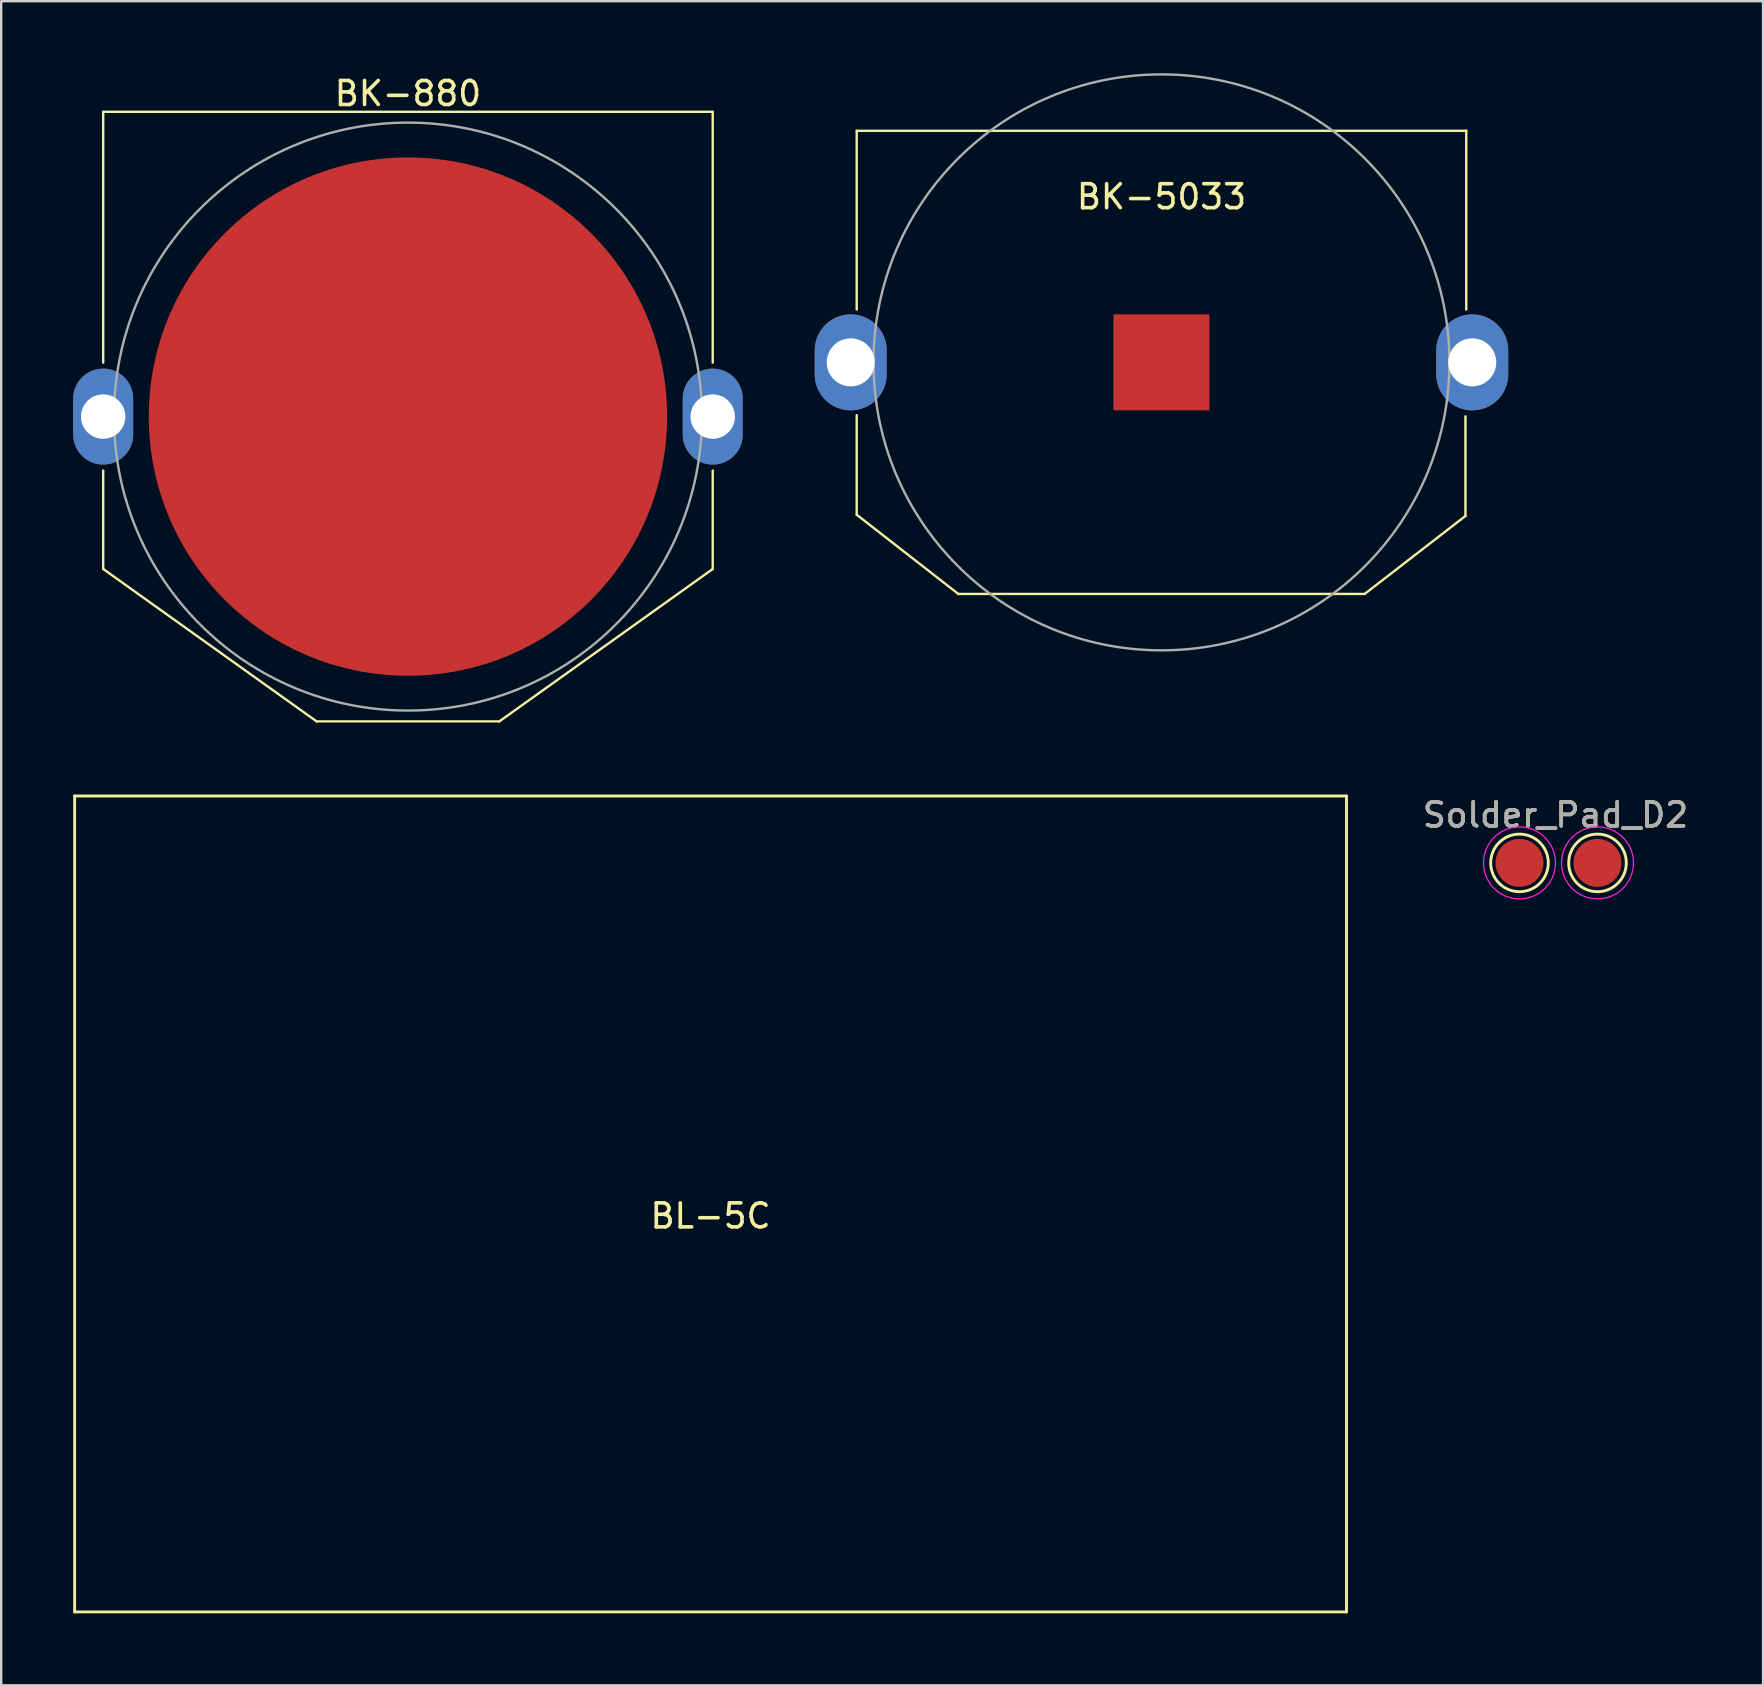
<source format=kicad_pcb>
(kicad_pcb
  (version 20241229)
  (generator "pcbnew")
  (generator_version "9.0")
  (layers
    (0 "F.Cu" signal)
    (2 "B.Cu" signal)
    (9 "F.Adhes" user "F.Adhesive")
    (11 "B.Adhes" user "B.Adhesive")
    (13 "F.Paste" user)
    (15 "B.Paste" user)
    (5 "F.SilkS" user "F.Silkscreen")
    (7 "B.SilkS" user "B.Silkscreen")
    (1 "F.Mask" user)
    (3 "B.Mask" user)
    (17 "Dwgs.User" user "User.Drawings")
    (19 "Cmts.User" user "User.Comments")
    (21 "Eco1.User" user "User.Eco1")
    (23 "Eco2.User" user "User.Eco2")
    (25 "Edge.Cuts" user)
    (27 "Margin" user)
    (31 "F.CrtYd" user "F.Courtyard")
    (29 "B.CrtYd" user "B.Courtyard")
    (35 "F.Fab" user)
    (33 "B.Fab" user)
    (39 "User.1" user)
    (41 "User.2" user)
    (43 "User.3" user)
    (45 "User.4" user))
  (footprint "Solder_Pad_D2"
    (layer "F.Cu")
    (at 60.269 32.908)
    (property "Reference" "Solder_Pad_D2" (at 1.5 -2 0) (layer "F.SilkS") (effects (font (size 1 1) (thickness 0.15))))
    (attr exclude_from_pos_files exclude_from_bom)
    (fp_circle (center 0 0) (end 0 1.2) (stroke (width 0.12) (type solid)) (fill no) (layer "F.SilkS"))
    (fp_circle (center 3.25 0) (end 3.25 1.2) (stroke (width 0.12) (type solid)) (fill no) (layer "F.SilkS"))
    (fp_circle (center 0 0) (end 1.5 0) (stroke (width 0.05) (type solid)) (fill no) (layer "F.CrtYd"))
    (fp_circle (center 3.25 0) (end 4.75 0) (stroke (width 0.05) (type solid)) (fill no) (layer "F.CrtYd"))
    (fp_text user "${REFERENCE}" (at 1.5 -2 0) (layer "F.Fab") (effects (font (size 1 1) (thickness 0.15))))
    (pad "1" smd circle (at 0 0) (size 2 2) (layers "F.Cu" "F.Mask"))
    (pad "2" smd circle (at 3.25 0) (size 2 2) (layers "F.Cu" "F.Mask")))
  (footprint "BL-5C"
    (layer "F.Cu")
    (at 26.56 47.12)
    (property "Reference" "BL-5C" (at 0 0.5 0) (layer "F.SilkS") (effects (font (size 1 1) (thickness 0.15))))
    (attr through_hole)
    (fp_line (start -26.5 -17) (end 26.5 -17) (stroke (width 0.12) (type solid)) (layer "F.SilkS"))
    (fp_line (start -26.5 17) (end -26.5 -17) (stroke (width 0.12) (type solid)) (layer "F.SilkS"))
    (fp_line (start -26.5 17) (end 26.5 17) (stroke (width 0.12) (type solid)) (layer "F.SilkS"))
    (fp_line (start 26.5 -17) (end 26.5 17) (stroke (width 0.12) (type solid)) (layer "F.SilkS")))
  (footprint "BK-5033"
    (layer "F.Cu")
    (at 45.35 12.05)
    (property "Reference" "BK-5033" (at 0 -6.9 0) (layer "F.SilkS") (effects (font (size 1 1) (thickness 0.15))))
    (attr through_hole)
    (fp_line (start -12.7 -9.65) (end -12.7 -2.2) (stroke (width 0.1) (type solid)) (layer "F.SilkS"))
    (fp_line (start -12.7 -9.65) (end 12.7 -9.65) (stroke (width 0.1) (type solid)) (layer "F.SilkS"))
    (fp_line (start -12.7 6.35) (end -12.7 2.2) (stroke (width 0.1) (type solid)) (layer "F.SilkS"))
    (fp_line (start -8.467 9.65) (end -12.7 6.35) (stroke (width 0.1) (type solid)) (layer "F.SilkS"))
    (fp_line (start -8.467 9.65) (end 8.467 9.65) (stroke (width 0.1) (type solid)) (layer "F.SilkS"))
    (fp_line (start 12.667 6.4) (end 8.467 9.65) (stroke (width 0.1) (type solid)) (layer "F.SilkS"))
    (fp_line (start 12.667 6.4) (end 12.667 2.25) (stroke (width 0.1) (type solid)) (layer "F.SilkS"))
    (fp_line (start 12.7 -9.65) (end 12.7 -2.2) (stroke (width 0.1) (type solid)) (layer "F.SilkS"))
    (fp_circle (center 0 0) (end 12 0) (stroke (width 0.1) (type solid)) (fill no) (layer "F.Fab"))
    (pad "1" thru_hole oval (at -12.95 0) (size 3 4) (drill 2) (layers "*.Cu" "*.Mask"))
    (pad "1" thru_hole oval (at 12.95 0) (size 3 4) (drill 2) (layers "*.Cu" "*.Mask"))
    (pad "2" smd rect (at 0 0) (size 4 4) (layers "F.Cu" "F.Mask" "F.Paste")))
  (footprint "BK-880"
    (layer "F.Cu")
    (at 13.95 14.31)
    (property "Reference" "BK-880" (at 0 -13.462 0) (layer "F.SilkS") (effects (font (size 1 1) (thickness 0.15))))
    (attr through_hole)
    (fp_line (start -12.7 -12.7) (end -12.7 -2.25) (stroke (width 0.1) (type solid)) (layer "F.SilkS"))
    (fp_line (start -12.7 -12.7) (end 12.7 -12.7) (stroke (width 0.1) (type solid)) (layer "F.SilkS"))
    (fp_line (start -12.7 6.35) (end -12.7 2.25) (stroke (width 0.1) (type solid)) (layer "F.SilkS"))
    (fp_line (start -12.7 6.35) (end -3.81 12.7) (stroke (width 0.1) (type solid)) (layer "F.SilkS"))
    (fp_line (start -3.81 12.7) (end 3.81 12.7) (stroke (width 0.1) (type solid)) (layer "F.SilkS"))
    (fp_line (start 3.81 12.7) (end 12.7 6.35) (stroke (width 0.1) (type solid)) (layer "F.SilkS"))
    (fp_line (start 12.7 -12.7) (end 12.7 -2.25) (stroke (width 0.1) (type solid)) (layer "F.SilkS"))
    (fp_line (start 12.7 6.35) (end 12.7 2.25) (stroke (width 0.1) (type solid)) (layer "F.SilkS"))
    (fp_circle (center 0 0) (end 12.25 0) (stroke (width 0.1) (type solid)) (fill no) (layer "F.Fab"))
    (pad "1" thru_hole oval (at -12.7 0) (size 2.5 4) (drill 1.85) (layers "*.Cu" "*.Mask"))
    (pad "1" thru_hole oval (at 12.7 0) (size 2.5 4) (drill 1.85) (layers "*.Cu" "*.Mask"))
    (pad "2" smd circle (at 0 0) (size 21.6 21.6) (layers "F.Cu" "F.Mask")))
  (gr_rect
    (start -3 -3)
    (end 70.418 67.18)
    (stroke (width 0.1) (type default))
    (fill no)
    (layer "Edge.Cuts")))
</source>
